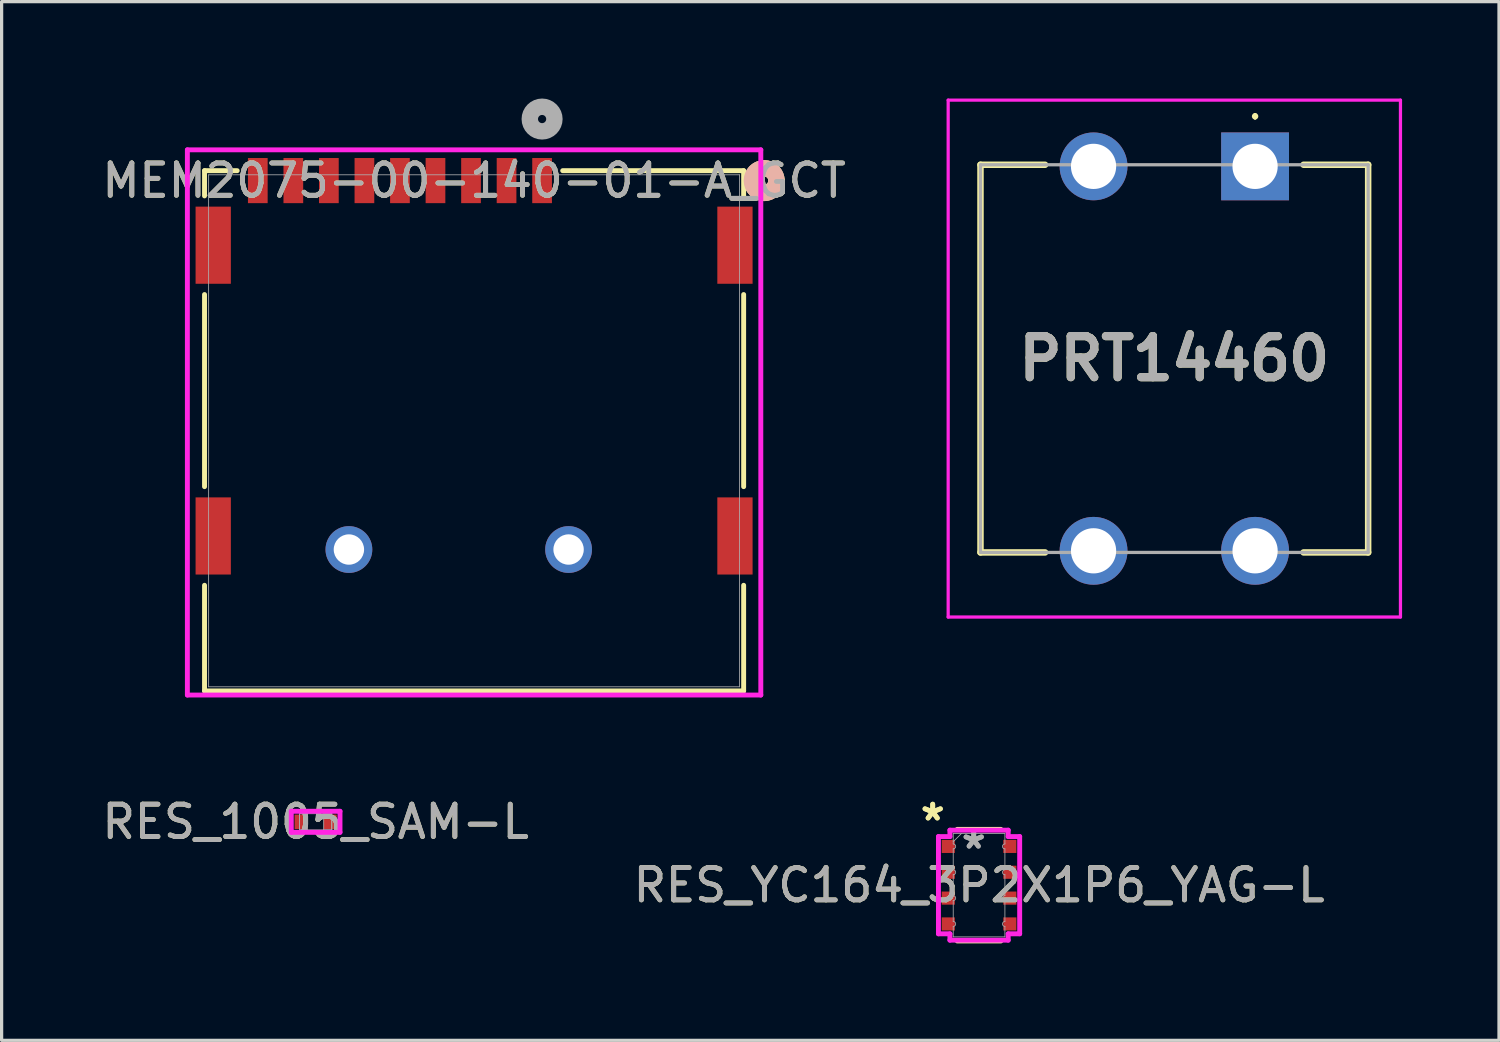
<source format=kicad_pcb>
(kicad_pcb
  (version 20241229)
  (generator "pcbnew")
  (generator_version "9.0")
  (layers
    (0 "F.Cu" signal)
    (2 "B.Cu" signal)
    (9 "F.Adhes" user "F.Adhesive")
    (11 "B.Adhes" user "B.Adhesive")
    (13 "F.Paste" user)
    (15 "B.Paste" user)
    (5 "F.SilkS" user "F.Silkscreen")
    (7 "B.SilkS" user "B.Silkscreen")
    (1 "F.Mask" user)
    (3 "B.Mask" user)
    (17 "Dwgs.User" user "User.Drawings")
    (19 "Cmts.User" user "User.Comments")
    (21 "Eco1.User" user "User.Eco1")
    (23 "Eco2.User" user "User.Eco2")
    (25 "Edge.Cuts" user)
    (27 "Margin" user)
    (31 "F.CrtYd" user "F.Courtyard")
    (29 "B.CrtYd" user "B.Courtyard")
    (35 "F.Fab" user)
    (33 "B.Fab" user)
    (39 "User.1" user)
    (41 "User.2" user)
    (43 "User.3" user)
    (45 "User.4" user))
  (footprint "PRT14460"
    (layer "F.Cu")
    (at 35.8 2.1)
    (property "Reference" "PRT14460" (at -2.5 5.95 0) (layer "F.SilkS") (effects (font (size 1.27 1.27) (thickness 0.254))))
    (attr through_hole)
    (fp_line (start -8.5 -0.05) (end -6.5 -0.05) (stroke (width 0.2) (type solid)) (layer "F.SilkS"))
    (fp_line (start -8.5 11.95) (end -8.5 -0.05) (stroke (width 0.2) (type solid)) (layer "F.SilkS"))
    (fp_line (start -6.5 11.95) (end -8.5 11.95) (stroke (width 0.2) (type solid)) (layer "F.SilkS"))
    (fp_line (start 0 -1.6) (end 0 -1.6) (stroke (width 0.1) (type solid)) (layer "F.SilkS"))
    (fp_line (start 0 -1.5) (end 0 -1.5) (stroke (width 0.1) (type solid)) (layer "F.SilkS"))
    (fp_line (start 1.5 -0.05) (end 3.5 -0.05) (stroke (width 0.2) (type solid)) (layer "F.SilkS"))
    (fp_line (start 3.5 -0.05) (end 3.5 11.95) (stroke (width 0.2) (type solid)) (layer "F.SilkS"))
    (fp_line (start 3.5 11.95) (end 1.5 11.95) (stroke (width 0.2) (type solid)) (layer "F.SilkS"))
    (fp_arc (start 0 -1.6) (mid 0.05 -1.55) (end 0 -1.5) (stroke (width 0.1) (type solid)) (layer "F.SilkS"))
    (fp_arc (start 0 -1.5) (mid -0.05 -1.55) (end 0 -1.6) (stroke (width 0.1) (type solid)) (layer "F.SilkS"))
    (fp_line (start -9.5 -2.05) (end 4.5 -2.05) (stroke (width 0.1) (type solid)) (layer "F.CrtYd"))
    (fp_line (start -9.5 13.95) (end -9.5 -2.05) (stroke (width 0.1) (type solid)) (layer "F.CrtYd"))
    (fp_line (start 4.5 -2.05) (end 4.5 13.95) (stroke (width 0.1) (type solid)) (layer "F.CrtYd"))
    (fp_line (start 4.5 13.95) (end -9.5 13.95) (stroke (width 0.1) (type solid)) (layer "F.CrtYd"))
    (fp_line (start -8.5 -0.05) (end 3.5 -0.05) (stroke (width 0.1) (type solid)) (layer "F.Fab"))
    (fp_line (start -8.5 11.95) (end -8.5 -0.05) (stroke (width 0.1) (type solid)) (layer "F.Fab"))
    (fp_line (start 3.5 -0.05) (end 3.5 11.95) (stroke (width 0.1) (type solid)) (layer "F.Fab"))
    (fp_line (start 3.5 11.95) (end -8.5 11.95) (stroke (width 0.1) (type solid)) (layer "F.Fab"))
    (fp_text user "${REFERENCE}" (at -2.5 5.95 0) (layer "F.Fab") (effects (font (size 1.27 1.27) (thickness 0.254))))
    (pad "1" thru_hole rect (at 0 0) (size 2.1 2.1) (drill 1.4) (layers "*.Cu" "*.Mask"))
    (pad "2" thru_hole circle (at 0 11.9) (size 2.1 2.1) (drill 1.4) (layers "*.Cu" "*.Mask"))
    (pad "3" thru_hole circle (at -5 0) (size 2.1 2.1) (drill 1.4) (layers "*.Cu" "*.Mask"))
    (pad "4" thru_hole circle (at -5 11.9) (size 2.1 2.1) (drill 1.4) (layers "*.Cu" "*.Mask")))
  (footprint "RES_1005_SAM-L"
    (layer "F.Cu")
    (at 6.72 22.388)
    (property "Reference" "RES_1005_SAM-L" (at 0 0 0) (unlocked yes) (layer "F.SilkS") (effects (font (size 1 1) (thickness 0.15))))
    (attr smd)
    (fp_line (start -0.754 -0.326) (end 0.754 -0.326) (stroke (width 0.152) (type solid)) (layer "F.CrtYd"))
    (fp_line (start -0.754 0.326) (end -0.754 -0.326) (stroke (width 0.152) (type solid)) (layer "F.CrtYd"))
    (fp_line (start 0.754 -0.326) (end 0.754 0.326) (stroke (width 0.152) (type solid)) (layer "F.CrtYd"))
    (fp_line (start 0.754 0.326) (end -0.754 0.326) (stroke (width 0.152) (type solid)) (layer "F.CrtYd"))
    (fp_line (start -0.5 -0.25) (end -0.5 0.25) (stroke (width 0.025) (type solid)) (layer "F.Fab"))
    (fp_line (start -0.5 -0.25) (end -0.5 0.25) (stroke (width 0.025) (type solid)) (layer "F.Fab"))
    (fp_line (start -0.5 0.25) (end -0.25 0.25) (stroke (width 0.025) (type solid)) (layer "F.Fab"))
    (fp_line (start -0.5 0.25) (end 0.5 0.25) (stroke (width 0.025) (type solid)) (layer "F.Fab"))
    (fp_line (start -0.25 -0.25) (end -0.5 -0.25) (stroke (width 0.025) (type solid)) (layer "F.Fab"))
    (fp_line (start -0.25 0.25) (end -0.25 -0.25) (stroke (width 0.025) (type solid)) (layer "F.Fab"))
    (fp_line (start 0.25 -0.25) (end 0.25 0.25) (stroke (width 0.025) (type solid)) (layer "F.Fab"))
    (fp_line (start 0.25 0.25) (end 0.5 0.25) (stroke (width 0.025) (type solid)) (layer "F.Fab"))
    (fp_line (start 0.5 -0.25) (end -0.5 -0.25) (stroke (width 0.025) (type solid)) (layer "F.Fab"))
    (fp_line (start 0.5 -0.25) (end 0.25 -0.25) (stroke (width 0.025) (type solid)) (layer "F.Fab"))
    (fp_line (start 0.5 0.25) (end 0.5 -0.25) (stroke (width 0.025) (type solid)) (layer "F.Fab"))
    (fp_line (start 0.5 0.25) (end 0.5 -0.25) (stroke (width 0.025) (type solid)) (layer "F.Fab"))
    (fp_text user "${REFERENCE}" (at 0 0 0) (unlocked yes) (layer "F.Fab") (effects (font (size 1 1) (thickness 0.15))))
    (pad "1" smd rect (at -0.451 0) (size 0.402 0.449) (layers "F.Cu" "F.Mask" "F.Paste"))
    (pad "2" smd rect (at 0.451 0) (size 0.402 0.449) (layers "F.Cu" "F.Mask" "F.Paste"))
    (zone (net_name "") (layer "F.Cu") (hatch full 0.508) (connect_pads) (min_thickness 0.254) (filled_areas_thickness no) (keepout (tracks not_allowed) (vias not_allowed) (pads allowed) (copperpour not_allowed) (footprints allowed)) (placement (enabled no)) (fill) (polygon (pts (xy 6.521 22.189) (xy 6.919 22.189) (xy 6.919 22.587) (xy 6.521 22.587)))))
  (footprint "MEM2075-00-140-01-A_GCT"
    (layer "F.Cu")
    (at 11.625 10.285)
    (property "Reference" "MEM2075-00-140-01-A_GCT" (at 0 -7.745 0) (unlocked yes) (layer "F.SilkS") (effects (font (size 1 1) (thickness 0.15))))
    (attr smd)
    (fp_line (start -8.344 -8.052) (end -8.344 -7.271) (stroke (width 0.152) (type solid)) (layer "F.SilkS"))
    (fp_line (start -8.344 -4.218) (end -8.344 1.729) (stroke (width 0.152) (type solid)) (layer "F.SilkS"))
    (fp_line (start -8.344 4.782) (end -8.344 8.052) (stroke (width 0.152) (type solid)) (layer "F.SilkS"))
    (fp_line (start -8.344 8.052) (end 8.344 8.052) (stroke (width 0.152) (type solid)) (layer "F.SilkS"))
    (fp_line (start -7.333 -8.052) (end -8.344 -8.052) (stroke (width 0.152) (type solid)) (layer "F.SilkS"))
    (fp_line (start 8.344 -8.052) (end 2.743 -8.052) (stroke (width 0.152) (type solid)) (layer "F.SilkS"))
    (fp_line (start 8.344 -7.271) (end 8.344 -8.052) (stroke (width 0.152) (type solid)) (layer "F.SilkS"))
    (fp_line (start 8.344 1.729) (end 8.344 -4.218) (stroke (width 0.152) (type solid)) (layer "F.SilkS"))
    (fp_line (start 8.344 8.052) (end 8.344 4.782) (stroke (width 0.152) (type solid)) (layer "F.SilkS"))
    (fp_arc (start 8.767855 -7.427592) (mid 8.798966 -8.080634) (end 9.3599 -7.7448) (stroke (width 0.508) (type solid)) (layer "F.SilkS"))
    (fp_arc (start 9.3599 -7.7448) (mid 9.212871 -7.444103) (end 8.885261 -7.375486) (stroke (width 0.508) (type solid)) (layer "F.SilkS"))
    (fp_circle (center 8.979 -7.745) (end 9.36 -7.745) (stroke (width 0.508) (type solid)) (fill no) (layer "B.SilkS"))
    (fp_line (start -8.875 -8.697) (end -8.875 8.179) (stroke (width 0.152) (type solid)) (layer "F.CrtYd"))
    (fp_line (start -8.875 8.179) (end 8.875 8.179) (stroke (width 0.152) (type solid)) (layer "F.CrtYd"))
    (fp_line (start 8.875 -8.697) (end -8.875 -8.697) (stroke (width 0.152) (type solid)) (layer "F.CrtYd"))
    (fp_line (start 8.875 8.179) (end 8.875 -8.697) (stroke (width 0.152) (type solid)) (layer "F.CrtYd"))
    (fp_line (start -8.217 -7.925) (end -8.217 7.925) (stroke (width 0.025) (type solid)) (layer "F.Fab"))
    (fp_line (start -8.217 7.925) (end 8.217 7.925) (stroke (width 0.025) (type solid)) (layer "F.Fab"))
    (fp_line (start 8.217 -7.925) (end -8.217 -7.925) (stroke (width 0.025) (type solid)) (layer "F.Fab"))
    (fp_line (start 8.217 7.925) (end 8.217 -7.925) (stroke (width 0.025) (type solid)) (layer "F.Fab"))
    (fp_circle (center 2.105 -9.65) (end 2.486 -9.65) (stroke (width 0.508) (type solid)) (fill no) (layer "F.Fab"))
    (fp_text user "${REFERENCE}" (at 0 -7.745 0) (unlocked yes) (layer "F.Fab") (effects (font (size 1 1) (thickness 0.15))))
    (pad "10" smd rect (at -8.075 -5.745) (size 1.092 2.388) (layers "F.Cu" "F.Mask" "F.Paste"))
    (pad "11" smd rect (at 8.075 -5.745) (size 1.092 2.388) (layers "F.Cu" "F.Mask" "F.Paste"))
    (pad "12" smd rect (at -8.075 3.255) (size 1.092 2.388) (layers "F.Cu" "F.Mask" "F.Paste"))
    (pad "13" smd rect (at 8.075 3.255) (size 1.092 2.388) (layers "F.Cu" "F.Mask" "F.Paste"))
    (pad "14" thru_hole circle (at -3.875 3.675) (size 1.448 1.448) (drill 0.94) (layers "*.Cu" "*.Mask"))
    (pad "15" thru_hole circle (at 2.925 3.675) (size 1.448 1.448) (drill 0.94) (layers "*.Cu" "*.Mask"))
    (pad "P1" smd rect (at 2.105 -7.745) (size 0.61 1.397) (layers "F.Cu" "F.Mask" "F.Paste"))
    (pad "P2" smd rect (at 1.005 -7.745) (size 0.61 1.397) (layers "F.Cu" "F.Mask" "F.Paste"))
    (pad "P3" smd rect (at -0.095 -7.745) (size 0.61 1.397) (layers "F.Cu" "F.Mask" "F.Paste"))
    (pad "P4" smd rect (at -1.195 -7.745) (size 0.61 1.397) (layers "F.Cu" "F.Mask" "F.Paste"))
    (pad "P5" smd rect (at -2.295 -7.745) (size 0.61 1.397) (layers "F.Cu" "F.Mask" "F.Paste"))
    (pad "P6" smd rect (at -3.395 -7.745) (size 0.61 1.397) (layers "F.Cu" "F.Mask" "F.Paste"))
    (pad "P7" smd rect (at -4.495 -7.745) (size 0.61 1.397) (layers "F.Cu" "F.Mask" "F.Paste"))
    (pad "P8" smd rect (at -5.595 -7.745) (size 0.61 1.397) (layers "F.Cu" "F.Mask" "F.Paste"))
    (pad "P9" smd rect (at -6.695 -7.745) (size 0.61 1.397) (layers "F.Cu" "F.Mask" "F.Paste")))
  (footprint "RES_YC164_3P2X1P6_YAG-L"
    (layer "F.Cu")
    (at 27.256 24.35)
    (property "Reference" "RES_YC164_3P2X1P6_YAG-L" (at 0 0 0) (unlocked yes) (layer "F.SilkS") (effects (font (size 1 1) (thickness 0.15))))
    (attr smd)
    (fp_line (start -0.674 -1.727) (end 0.674 -1.727) (stroke (width 0.152) (type solid)) (layer "F.SilkS"))
    (fp_line (start -0.674 1.727) (end 0.674 1.727) (stroke (width 0.152) (type solid)) (layer "F.SilkS"))
    (fp_line (start -1.257 -1.505) (end -0.902 -1.505) (stroke (width 0.152) (type solid)) (layer "F.CrtYd"))
    (fp_line (start -1.257 1.505) (end -1.257 -1.505) (stroke (width 0.152) (type solid)) (layer "F.CrtYd"))
    (fp_line (start -1.257 1.505) (end -0.902 1.505) (stroke (width 0.152) (type solid)) (layer "F.CrtYd"))
    (fp_line (start -0.902 -1.702) (end 0.902 -1.702) (stroke (width 0.152) (type solid)) (layer "F.CrtYd"))
    (fp_line (start -0.902 -1.505) (end -0.902 -1.702) (stroke (width 0.152) (type solid)) (layer "F.CrtYd"))
    (fp_line (start -0.902 1.702) (end -0.902 1.505) (stroke (width 0.152) (type solid)) (layer "F.CrtYd"))
    (fp_line (start 0.902 -1.702) (end 0.902 -1.505) (stroke (width 0.152) (type solid)) (layer "F.CrtYd"))
    (fp_line (start 0.902 1.505) (end 0.902 1.702) (stroke (width 0.152) (type solid)) (layer "F.CrtYd"))
    (fp_line (start 0.902 1.702) (end -0.902 1.702) (stroke (width 0.152) (type solid)) (layer "F.CrtYd"))
    (fp_line (start 1.257 -1.505) (end 0.902 -1.505) (stroke (width 0.152) (type solid)) (layer "F.CrtYd"))
    (fp_line (start 1.257 -1.505) (end 1.257 1.505) (stroke (width 0.152) (type solid)) (layer "F.CrtYd"))
    (fp_line (start 1.257 1.505) (end 0.902 1.505) (stroke (width 0.152) (type solid)) (layer "F.CrtYd"))
    (fp_line (start -0.8 -1.6) (end 0.8 -1.6) (stroke (width 0.025) (type solid)) (layer "F.Fab"))
    (fp_line (start -0.8 -1.276) (end -0.8 -1.6) (stroke (width 0.025) (type solid)) (layer "F.Fab"))
    (fp_line (start -0.8 -1.124) (end -0.8 -0.476) (stroke (width 0.025) (type solid)) (layer "F.Fab"))
    (fp_line (start -0.8 -0.324) (end -0.8 0.324) (stroke (width 0.025) (type solid)) (layer "F.Fab"))
    (fp_line (start -0.8 0.476) (end -0.8 1.124) (stroke (width 0.025) (type solid)) (layer "F.Fab"))
    (fp_line (start -0.8 1.276) (end -0.8 1.6) (stroke (width 0.025) (type solid)) (layer "F.Fab"))
    (fp_line (start -0.8 1.6) (end 0.8 1.6) (stroke (width 0.025) (type solid)) (layer "F.Fab"))
    (fp_line (start -0.546 -1.6) (end -0.8 -1.346) (stroke (width 0.025) (type solid)) (layer "F.Fab"))
    (fp_line (start 0.8 -1.276) (end 0.8 -1.6) (stroke (width 0.025) (type solid)) (layer "F.Fab"))
    (fp_line (start 0.8 -1.124) (end 0.8 -0.476) (stroke (width 0.025) (type solid)) (layer "F.Fab"))
    (fp_line (start 0.8 -0.324) (end 0.8 0.324) (stroke (width 0.025) (type solid)) (layer "F.Fab"))
    (fp_line (start 0.8 0.476) (end 0.8 1.124) (stroke (width 0.025) (type solid)) (layer "F.Fab"))
    (fp_line (start 0.8 1.276) (end 0.8 1.6) (stroke (width 0.025) (type solid)) (layer "F.Fab"))
    (fp_arc (start -0.8001 -1.2762) (mid -0.7239 -1.2) (end -0.8001 -1.1238) (stroke (width 0.0254) (type solid)) (layer "F.Fab"))
    (fp_arc (start -0.8001 -0.476199) (mid -0.7239 -0.399999) (end -0.8001 -0.323799) (stroke (width 0.0254) (type solid)) (layer "F.Fab"))
    (fp_arc (start -0.8001 0.323799) (mid -0.7239 0.399999) (end -0.8001 0.476199) (stroke (width 0.0254) (type solid)) (layer "F.Fab"))
    (fp_arc (start -0.8001 1.1238) (mid -0.7239 1.2) (end -0.8001 1.2762) (stroke (width 0.0254) (type solid)) (layer "F.Fab"))
    (fp_arc (start 0.8001 -1.1238) (mid 0.7239 -1.2) (end 0.8001 -1.2762) (stroke (width 0.0254) (type solid)) (layer "F.Fab"))
    (fp_arc (start 0.8001 -0.323799) (mid 0.7239 -0.399999) (end 0.8001 -0.476199) (stroke (width 0.0254) (type solid)) (layer "F.Fab"))
    (fp_arc (start 0.8001 0.476199) (mid 0.7239 0.399999) (end 0.8001 0.323799) (stroke (width 0.0254) (type solid)) (layer "F.Fab"))
    (fp_arc (start 0.8001 1.2762) (mid 0.7239 1.2) (end 0.8001 1.1238) (stroke (width 0.0254) (type solid)) (layer "F.Fab"))
    (fp_text user "*" (at -1.435 -1.962 0) (unlocked yes) (layer "F.SilkS") (effects (font (size 1 1) (thickness 0.15))))
    (fp_text user "*" (at -1.435 -1.962 0) (layer "F.SilkS") (effects (font (size 1 1) (thickness 0.15))))
    (fp_text user "${REFERENCE}" (at 0 0 0) (unlocked yes) (layer "F.Fab") (effects (font (size 1 1) (thickness 0.15))))
    (fp_text user "*" (at -0.165 -1.092 0) (layer "F.Fab") (effects (font (size 1 1) (thickness 0.15))))
    (fp_text user "*" (at -0.165 -1.092 0) (unlocked yes) (layer "F.Fab") (effects (font (size 1 1) (thickness 0.15))))
    (pad "1" smd rect (at -0.953 -1.2) (size 0.406 0.406) (layers "F.Cu" "F.Mask" "F.Paste"))
    (pad "2" smd rect (at -0.953 -0.4) (size 0.406 0.406) (layers "F.Cu" "F.Mask" "F.Paste"))
    (pad "3" smd rect (at -0.953 0.4) (size 0.406 0.406) (layers "F.Cu" "F.Mask" "F.Paste"))
    (pad "4" smd rect (at -0.953 1.2) (size 0.406 0.406) (layers "F.Cu" "F.Mask" "F.Paste"))
    (pad "5" smd rect (at 0.953 1.2) (size 0.406 0.406) (layers "F.Cu" "F.Mask" "F.Paste"))
    (pad "6" smd rect (at 0.953 0.4) (size 0.406 0.406) (layers "F.Cu" "F.Mask" "F.Paste"))
    (pad "7" smd rect (at 0.953 -0.4) (size 0.406 0.406) (layers "F.Cu" "F.Mask" "F.Paste"))
    (pad "8" smd rect (at 0.953 -1.2) (size 0.406 0.406) (layers "F.Cu" "F.Mask" "F.Paste")))
  (gr_rect
    (start -3 -3)
    (end 43.35 29.153)
    (stroke (width 0.1) (type default))
    (fill no)
    (layer "Edge.Cuts")))
</source>
